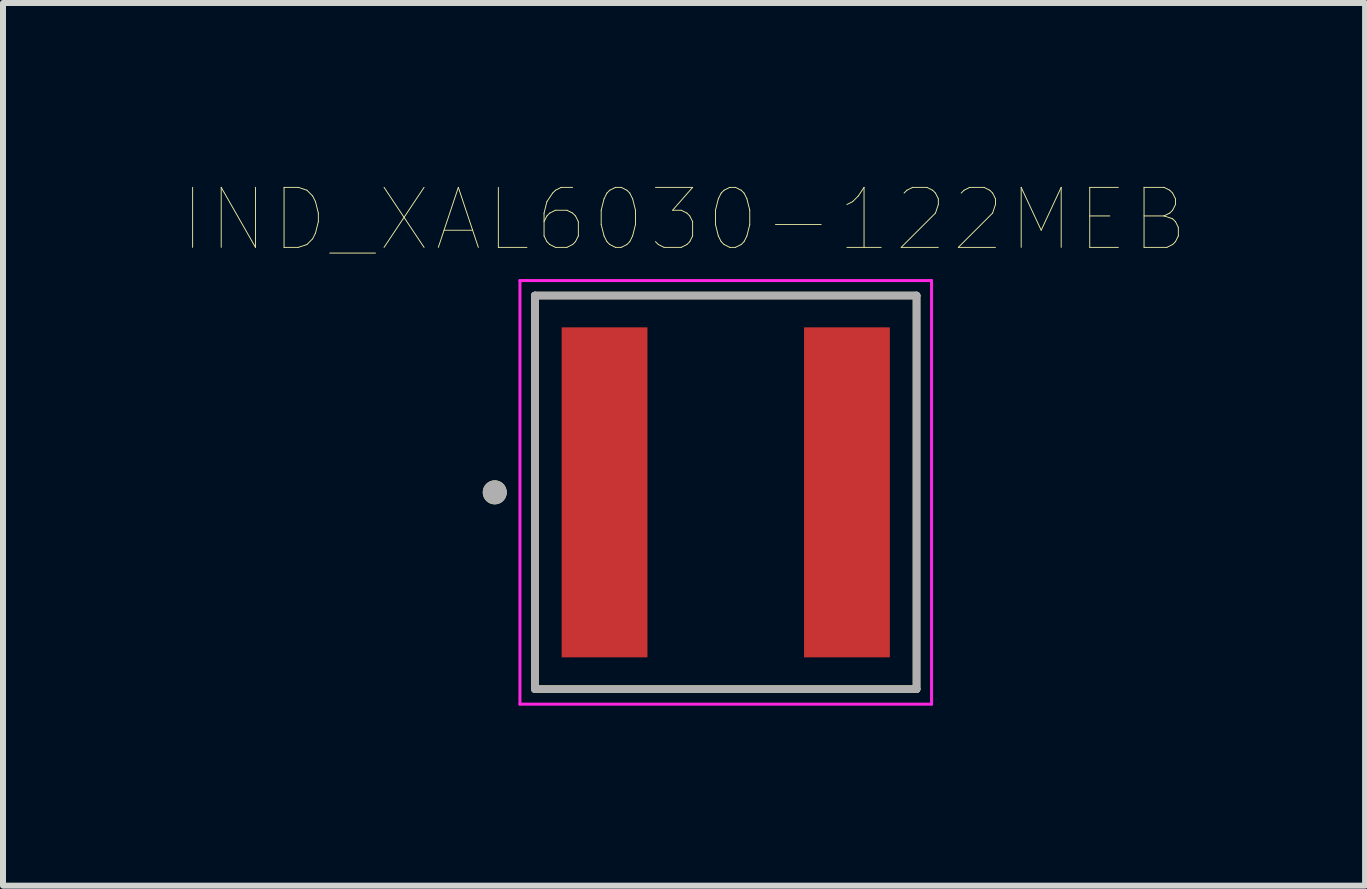
<source format=kicad_pcb>
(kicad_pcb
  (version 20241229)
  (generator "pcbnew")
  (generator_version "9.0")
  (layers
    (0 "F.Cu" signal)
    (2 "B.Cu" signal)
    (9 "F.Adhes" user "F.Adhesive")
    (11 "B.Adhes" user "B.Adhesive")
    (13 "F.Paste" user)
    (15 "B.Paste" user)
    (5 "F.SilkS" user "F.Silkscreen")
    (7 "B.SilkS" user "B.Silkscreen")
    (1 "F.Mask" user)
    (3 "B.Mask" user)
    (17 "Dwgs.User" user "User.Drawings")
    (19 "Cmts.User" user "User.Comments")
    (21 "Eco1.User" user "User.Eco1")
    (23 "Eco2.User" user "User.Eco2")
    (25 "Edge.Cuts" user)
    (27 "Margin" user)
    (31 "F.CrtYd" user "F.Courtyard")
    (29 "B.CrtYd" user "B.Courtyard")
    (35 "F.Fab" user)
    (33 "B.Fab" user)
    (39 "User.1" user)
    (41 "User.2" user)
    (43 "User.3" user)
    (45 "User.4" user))
  (footprint "IND_XAL6030-122MEB"
    (layer "F.Cu")
    (at 9.046 5.156)
    (property "Reference" "IND_XAL6030-122MEB" (at -0.695 -4.545 0) (layer "F.SilkS") (effects (font (size 1 1) (thickness 0.015))))
    (attr through_hole)
    (fp_line (start -3.18 -3.28) (end -3.18 3.28) (stroke (width 0.127) (type solid)) (layer "F.SilkS"))
    (fp_line (start -3.18 3.28) (end 3.18 3.28) (stroke (width 0.127) (type solid)) (layer "F.SilkS"))
    (fp_line (start 3.18 -3.28) (end -3.18 -3.28) (stroke (width 0.127) (type solid)) (layer "F.SilkS"))
    (fp_line (start 3.18 3.28) (end 3.18 -3.28) (stroke (width 0.127) (type solid)) (layer "F.SilkS"))
    (fp_circle (center -3.85 0) (end -3.75 0) (stroke (width 0.2) (type solid)) (fill no) (layer "F.SilkS"))
    (fp_line (start -3.43 -3.53) (end 3.43 -3.53) (stroke (width 0.05) (type solid)) (layer "F.CrtYd"))
    (fp_line (start -3.43 3.53) (end -3.43 -3.53) (stroke (width 0.05) (type solid)) (layer "F.CrtYd"))
    (fp_line (start 3.43 -3.53) (end 3.43 3.53) (stroke (width 0.05) (type solid)) (layer "F.CrtYd"))
    (fp_line (start 3.43 3.53) (end -3.43 3.53) (stroke (width 0.05) (type solid)) (layer "F.CrtYd"))
    (fp_line (start -3.18 -3.28) (end -3.18 3.28) (stroke (width 0.127) (type solid)) (layer "F.Fab"))
    (fp_line (start -3.18 3.28) (end 3.18 3.28) (stroke (width 0.127) (type solid)) (layer "F.Fab"))
    (fp_line (start 3.18 -3.28) (end -3.18 -3.28) (stroke (width 0.127) (type solid)) (layer "F.Fab"))
    (fp_line (start 3.18 3.28) (end 3.18 -3.28) (stroke (width 0.127) (type solid)) (layer "F.Fab"))
    (fp_circle (center -3.85 0) (end -3.75 0) (stroke (width 0.2) (type solid)) (fill no) (layer "F.Fab"))
    (pad "1" smd rect (at -2.02 0) (size 1.43 5.5) (layers "F.Cu" "F.Mask" "F.Paste"))
    (pad "2" smd rect (at 2.02 0) (size 1.43 5.5) (layers "F.Cu" "F.Mask" "F.Paste")))
  (gr_rect
    (start -3 -3)
    (end 19.702 11.711)
    (stroke (width 0.1) (type default))
    (fill no)
    (layer "Edge.Cuts")))
</source>
